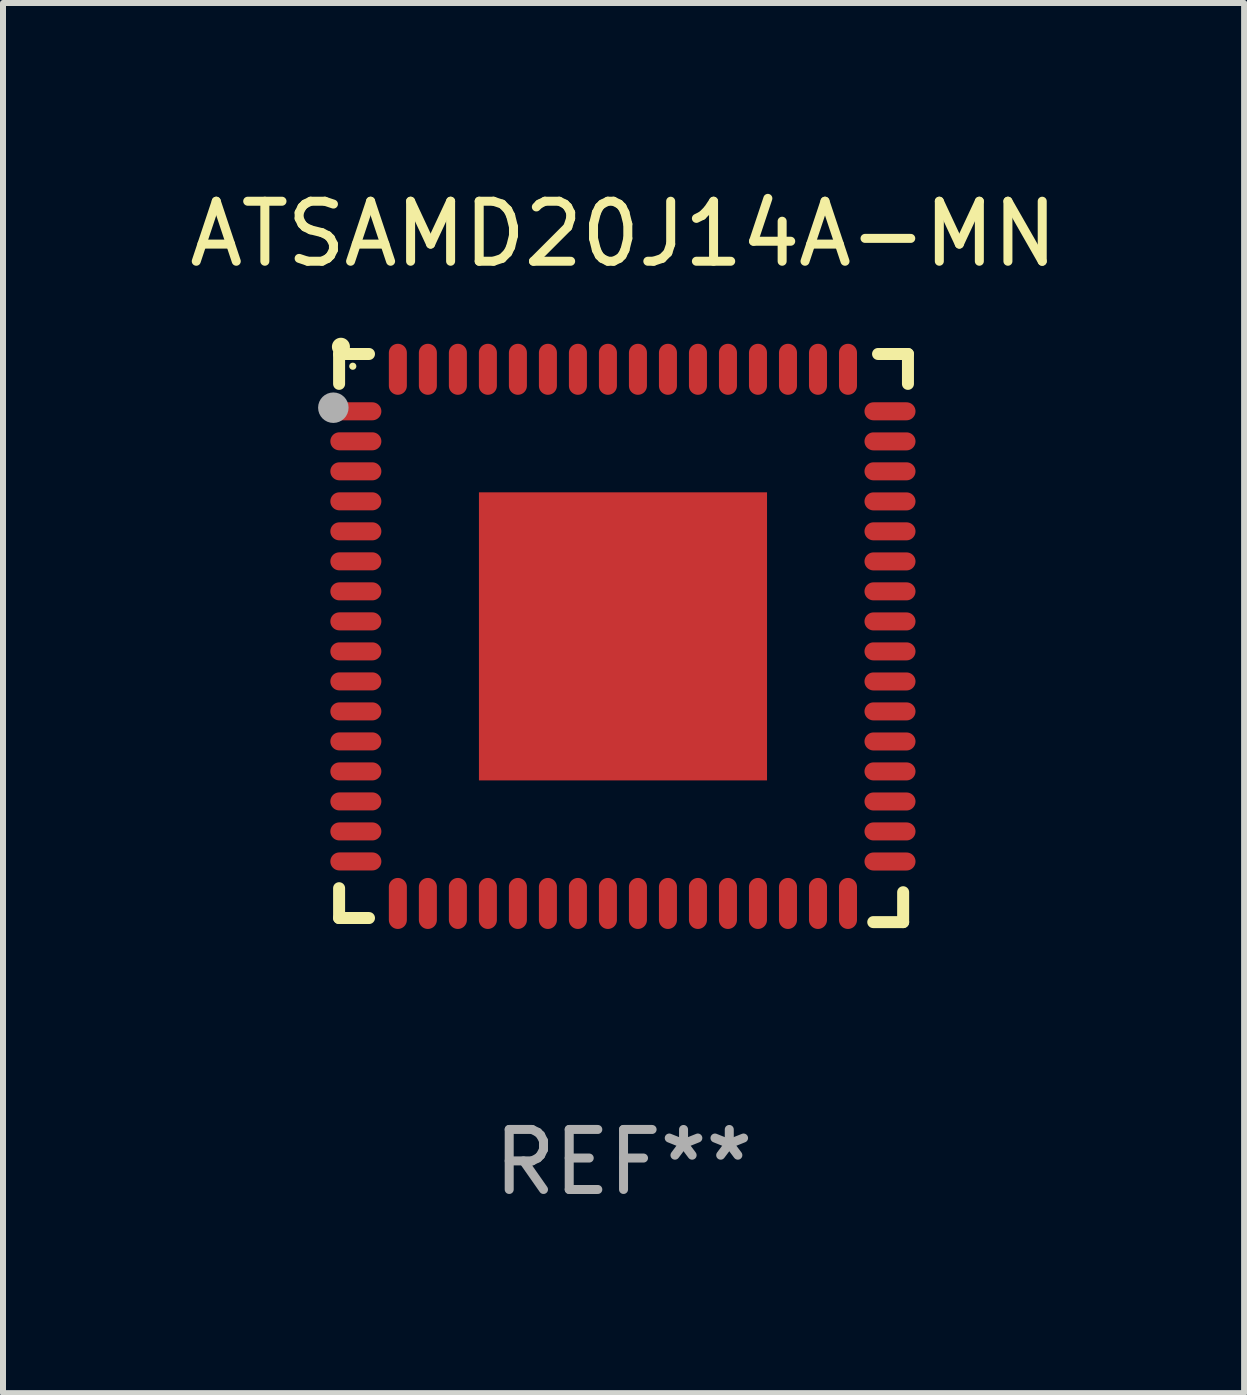
<source format=kicad_pcb>
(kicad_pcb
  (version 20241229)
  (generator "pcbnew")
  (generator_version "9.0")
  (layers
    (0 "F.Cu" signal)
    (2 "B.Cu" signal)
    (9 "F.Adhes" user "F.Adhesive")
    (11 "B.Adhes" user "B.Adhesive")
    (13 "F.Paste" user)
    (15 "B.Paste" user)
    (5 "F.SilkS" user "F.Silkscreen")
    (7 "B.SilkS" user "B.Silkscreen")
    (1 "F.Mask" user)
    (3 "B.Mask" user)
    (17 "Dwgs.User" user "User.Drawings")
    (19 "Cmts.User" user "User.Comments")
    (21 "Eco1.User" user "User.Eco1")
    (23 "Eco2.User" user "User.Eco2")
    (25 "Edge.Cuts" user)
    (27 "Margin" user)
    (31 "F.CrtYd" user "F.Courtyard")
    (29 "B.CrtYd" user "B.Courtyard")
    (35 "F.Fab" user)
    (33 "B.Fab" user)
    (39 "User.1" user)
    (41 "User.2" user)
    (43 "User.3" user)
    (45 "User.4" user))
  (footprint "ATSAMD20J14A-MN"
    (layer "F.Cu")
    (at 7.339 7.581)
    (property "Reference" "ATSAMD20J14A-MN" (at 0 -6.733 0) (layer "F.SilkS") (effects (font (size 1 1) (thickness 0.15))))
    (attr through_hole)
    (fp_line (start -4.739 -4.733) (end -4.241 -4.733) (stroke (width 0.2) (type solid)) (layer "F.SilkS"))
    (fp_line (start -4.739 -4.235) (end -4.739 -4.733) (stroke (width 0.2) (type solid)) (layer "F.SilkS"))
    (fp_line (start -4.739 4.168) (end -4.739 4.665) (stroke (width 0.2) (type solid)) (layer "F.SilkS"))
    (fp_line (start -4.739 4.665) (end -4.241 4.665) (stroke (width 0.2) (type solid)) (layer "F.SilkS"))
    (fp_line (start 4.161 4.733) (end 4.659 4.733) (stroke (width 0.2) (type solid)) (layer "F.SilkS"))
    (fp_line (start 4.241 -4.733) (end 4.739 -4.733) (stroke (width 0.2) (type solid)) (layer "F.SilkS"))
    (fp_line (start 4.659 4.733) (end 4.659 4.235) (stroke (width 0.2) (type solid)) (layer "F.SilkS"))
    (fp_line (start 4.739 -4.733) (end 4.739 -4.235) (stroke (width 0.2) (type solid)) (layer "F.SilkS"))
    (fp_arc (start -4.708623 -4.85108) (mid -4.708628 -4.85235) (end -4.708623 -4.85362) (stroke (width 0.3) (type solid)) (layer "F.SilkS"))
    (fp_circle (center -4.511 -4.529) (end -4.481 -4.529) (stroke (width 0.06) (type solid)) (fill no) (layer "F.SilkS"))
    (fp_circle (center -4.835 -3.838) (end -4.708 -3.838) (stroke (width 0.254) (type solid)) (fill no) (layer "F.Fab"))
    (fp_text user "REF**" (at 0 8.733 0) (layer "F.Fab") (effects (font (size 1 1) (thickness 0.15))))
    (pad "1" smd oval (at -4.46 -3.778) (size 0.85 0.3) (layers "F.Cu" "F.Mask" "F.Paste"))
    (pad "2" smd oval (at -4.46 -3.278) (size 0.85 0.3) (layers "F.Cu" "F.Mask" "F.Paste"))
    (pad "3" smd oval (at -4.46 -2.778) (size 0.85 0.3) (layers "F.Cu" "F.Mask" "F.Paste"))
    (pad "4" smd oval (at -4.46 -2.278) (size 0.85 0.3) (layers "F.Cu" "F.Mask" "F.Paste"))
    (pad "5" smd oval (at -4.46 -1.778) (size 0.85 0.3) (layers "F.Cu" "F.Mask" "F.Paste"))
    (pad "6" smd oval (at -4.46 -1.278) (size 0.85 0.3) (layers "F.Cu" "F.Mask" "F.Paste"))
    (pad "7" smd oval (at -4.46 -0.778) (size 0.85 0.3) (layers "F.Cu" "F.Mask" "F.Paste"))
    (pad "8" smd oval (at -4.46 -0.278) (size 0.85 0.3) (layers "F.Cu" "F.Mask" "F.Paste"))
    (pad "9" smd oval (at -4.46 0.222) (size 0.85 0.3) (layers "F.Cu" "F.Mask" "F.Paste"))
    (pad "10" smd oval (at -4.46 0.722) (size 0.85 0.3) (layers "F.Cu" "F.Mask" "F.Paste"))
    (pad "11" smd oval (at -4.46 1.222) (size 0.85 0.3) (layers "F.Cu" "F.Mask" "F.Paste"))
    (pad "12" smd oval (at -4.46 1.722) (size 0.85 0.3) (layers "F.Cu" "F.Mask" "F.Paste"))
    (pad "13" smd oval (at -4.46 2.222) (size 0.85 0.3) (layers "F.Cu" "F.Mask" "F.Paste"))
    (pad "14" smd oval (at -4.46 2.722) (size 0.85 0.3) (layers "F.Cu" "F.Mask" "F.Paste"))
    (pad "15" smd oval (at -4.46 3.222) (size 0.85 0.3) (layers "F.Cu" "F.Mask" "F.Paste"))
    (pad "16" smd oval (at -4.46 3.722) (size 0.85 0.3) (layers "F.Cu" "F.Mask" "F.Paste"))
    (pad "17" smd oval (at -3.76 4.422) (size 0.3 0.85) (layers "F.Cu" "F.Mask" "F.Paste"))
    (pad "18" smd oval (at -3.26 4.422) (size 0.3 0.85) (layers "F.Cu" "F.Mask" "F.Paste"))
    (pad "19" smd oval (at -2.76 4.422) (size 0.3 0.85) (layers "F.Cu" "F.Mask" "F.Paste"))
    (pad "20" smd oval (at -2.26 4.422) (size 0.3 0.85) (layers "F.Cu" "F.Mask" "F.Paste"))
    (pad "21" smd oval (at -1.76 4.422) (size 0.3 0.85) (layers "F.Cu" "F.Mask" "F.Paste"))
    (pad "22" smd oval (at -1.26 4.422) (size 0.3 0.85) (layers "F.Cu" "F.Mask" "F.Paste"))
    (pad "23" smd oval (at -0.76 4.422) (size 0.3 0.85) (layers "F.Cu" "F.Mask" "F.Paste"))
    (pad "24" smd oval (at -0.26 4.422) (size 0.3 0.85) (layers "F.Cu" "F.Mask" "F.Paste"))
    (pad "25" smd oval (at 0.24 4.422) (size 0.3 0.85) (layers "F.Cu" "F.Mask" "F.Paste"))
    (pad "26" smd oval (at 0.74 4.422) (size 0.3 0.85) (layers "F.Cu" "F.Mask" "F.Paste"))
    (pad "27" smd oval (at 1.24 4.422) (size 0.3 0.85) (layers "F.Cu" "F.Mask" "F.Paste"))
    (pad "28" smd oval (at 1.74 4.422) (size 0.3 0.85) (layers "F.Cu" "F.Mask" "F.Paste"))
    (pad "29" smd oval (at 2.24 4.422) (size 0.3 0.85) (layers "F.Cu" "F.Mask" "F.Paste"))
    (pad "30" smd oval (at 2.74 4.422) (size 0.3 0.85) (layers "F.Cu" "F.Mask" "F.Paste"))
    (pad "31" smd oval (at 3.24 4.422) (size 0.3 0.85) (layers "F.Cu" "F.Mask" "F.Paste"))
    (pad "32" smd oval (at 3.74 4.422) (size 0.3 0.85) (layers "F.Cu" "F.Mask" "F.Paste"))
    (pad "33" smd oval (at 4.44 3.723) (size 0.85 0.3) (layers "F.Cu" "F.Mask" "F.Paste"))
    (pad "34" smd oval (at 4.44 3.222) (size 0.85 0.3) (layers "F.Cu" "F.Mask" "F.Paste"))
    (pad "35" smd oval (at 4.44 2.723) (size 0.85 0.3) (layers "F.Cu" "F.Mask" "F.Paste"))
    (pad "36" smd oval (at 4.44 2.222) (size 0.85 0.3) (layers "F.Cu" "F.Mask" "F.Paste"))
    (pad "37" smd oval (at 4.44 1.723) (size 0.85 0.3) (layers "F.Cu" "F.Mask" "F.Paste"))
    (pad "38" smd oval (at 4.44 1.222) (size 0.85 0.3) (layers "F.Cu" "F.Mask" "F.Paste"))
    (pad "39" smd oval (at 4.44 0.723) (size 0.85 0.3) (layers "F.Cu" "F.Mask" "F.Paste"))
    (pad "40" smd oval (at 4.44 0.222) (size 0.85 0.3) (layers "F.Cu" "F.Mask" "F.Paste"))
    (pad "41" smd oval (at 4.44 -0.277) (size 0.85 0.3) (layers "F.Cu" "F.Mask" "F.Paste"))
    (pad "42" smd oval (at 4.44 -0.778) (size 0.85 0.3) (layers "F.Cu" "F.Mask" "F.Paste"))
    (pad "43" smd oval (at 4.44 -1.277) (size 0.85 0.3) (layers "F.Cu" "F.Mask" "F.Paste"))
    (pad "44" smd oval (at 4.44 -1.778) (size 0.85 0.3) (layers "F.Cu" "F.Mask" "F.Paste"))
    (pad "45" smd oval (at 4.44 -2.277) (size 0.85 0.3) (layers "F.Cu" "F.Mask" "F.Paste"))
    (pad "46" smd oval (at 4.44 -2.778) (size 0.85 0.3) (layers "F.Cu" "F.Mask" "F.Paste"))
    (pad "47" smd oval (at 4.44 -3.277) (size 0.85 0.3) (layers "F.Cu" "F.Mask" "F.Paste"))
    (pad "48" smd oval (at 4.44 -3.778) (size 0.85 0.3) (layers "F.Cu" "F.Mask" "F.Paste"))
    (pad "49" smd oval (at 3.74 -4.478) (size 0.3 0.85) (layers "F.Cu" "F.Mask" "F.Paste"))
    (pad "50" smd oval (at 3.24 -4.478) (size 0.3 0.85) (layers "F.Cu" "F.Mask" "F.Paste"))
    (pad "51" smd oval (at 2.74 -4.478) (size 0.3 0.85) (layers "F.Cu" "F.Mask" "F.Paste"))
    (pad "52" smd oval (at 2.24 -4.478) (size 0.3 0.85) (layers "F.Cu" "F.Mask" "F.Paste"))
    (pad "53" smd oval (at 1.74 -4.478) (size 0.3 0.85) (layers "F.Cu" "F.Mask" "F.Paste"))
    (pad "54" smd oval (at 1.24 -4.478) (size 0.3 0.85) (layers "F.Cu" "F.Mask" "F.Paste"))
    (pad "55" smd oval (at 0.74 -4.478) (size 0.3 0.85) (layers "F.Cu" "F.Mask" "F.Paste"))
    (pad "56" smd oval (at 0.24 -4.478) (size 0.3 0.85) (layers "F.Cu" "F.Mask" "F.Paste"))
    (pad "57" smd oval (at -0.26 -4.478) (size 0.3 0.85) (layers "F.Cu" "F.Mask" "F.Paste"))
    (pad "58" smd oval (at -0.76 -4.478) (size 0.3 0.85) (layers "F.Cu" "F.Mask" "F.Paste"))
    (pad "59" smd oval (at -1.26 -4.478) (size 0.3 0.85) (layers "F.Cu" "F.Mask" "F.Paste"))
    (pad "60" smd oval (at -1.76 -4.478) (size 0.3 0.85) (layers "F.Cu" "F.Mask" "F.Paste"))
    (pad "61" smd oval (at -2.26 -4.478) (size 0.3 0.85) (layers "F.Cu" "F.Mask" "F.Paste"))
    (pad "62" smd oval (at -2.76 -4.478) (size 0.3 0.85) (layers "F.Cu" "F.Mask" "F.Paste"))
    (pad "63" smd oval (at -3.26 -4.478) (size 0.3 0.85) (layers "F.Cu" "F.Mask" "F.Paste"))
    (pad "64" smd oval (at -3.76 -4.478) (size 0.3 0.85) (layers "F.Cu" "F.Mask" "F.Paste"))
    (pad "65" smd rect (at -0.009 -0.028 90) (size 4.8 4.8) (layers "F.Cu" "F.Mask" "F.Paste")))
  (gr_rect
    (start -3 -3)
    (end 17.679 20.162)
    (stroke (width 0.1) (type default))
    (fill no)
    (layer "Edge.Cuts")))
</source>
